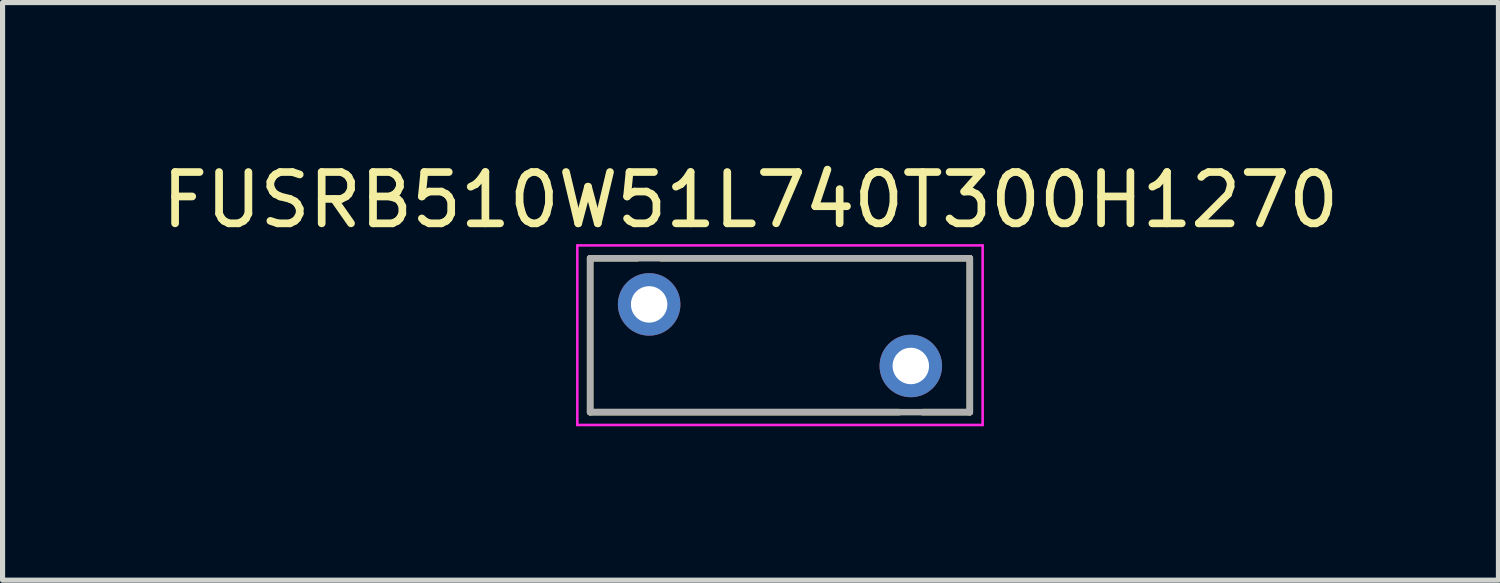
<source format=kicad_pcb>
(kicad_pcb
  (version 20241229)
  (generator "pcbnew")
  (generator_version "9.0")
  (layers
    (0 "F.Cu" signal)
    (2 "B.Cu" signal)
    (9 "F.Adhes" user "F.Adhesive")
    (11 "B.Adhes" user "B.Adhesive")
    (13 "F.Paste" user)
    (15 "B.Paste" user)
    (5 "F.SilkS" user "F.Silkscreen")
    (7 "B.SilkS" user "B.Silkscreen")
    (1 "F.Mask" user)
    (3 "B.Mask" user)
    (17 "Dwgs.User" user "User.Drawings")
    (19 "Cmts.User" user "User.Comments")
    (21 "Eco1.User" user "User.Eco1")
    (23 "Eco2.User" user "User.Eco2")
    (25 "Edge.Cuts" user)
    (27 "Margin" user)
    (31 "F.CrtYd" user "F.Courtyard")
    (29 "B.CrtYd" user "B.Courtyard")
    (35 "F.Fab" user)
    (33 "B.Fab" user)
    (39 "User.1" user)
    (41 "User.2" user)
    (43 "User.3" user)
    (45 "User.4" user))
  (footprint "FUSRB510W51L740T300H1270"
    (layer "F.Cu")
    (at 12.152 3.483)
    (property "Reference" "FUSRB510W51L740T300H1270" (at -0.575 -2.635 0) (layer "F.SilkS") (effects (font (size 1 1) (thickness 0.15))))
    (attr through_hole)
    (fp_line (start -3.7 -1.5) (end -3.7 1.5) (stroke (width 0.127) (type solid)) (layer "F.SilkS"))
    (fp_line (start -3.7 -1.5) (end -2.78 -1.5) (stroke (width 0.127) (type solid)) (layer "F.SilkS"))
    (fp_line (start -3.7 1.5) (end 2.32 1.5) (stroke (width 0.127) (type solid)) (layer "F.SilkS"))
    (fp_line (start -2.32 -1.5) (end 3.7 -1.5) (stroke (width 0.127) (type solid)) (layer "F.SilkS"))
    (fp_line (start 2.78 1.5) (end 3.7 1.5) (stroke (width 0.127) (type solid)) (layer "F.SilkS"))
    (fp_line (start 3.7 -1.5) (end 3.7 1.5) (stroke (width 0.127) (type solid)) (layer "F.SilkS"))
    (fp_line (start -3.95 -1.75) (end 3.95 -1.75) (stroke (width 0.05) (type solid)) (layer "F.CrtYd"))
    (fp_line (start -3.95 1.75) (end -3.95 -1.75) (stroke (width 0.05) (type solid)) (layer "F.CrtYd"))
    (fp_line (start 3.95 -1.75) (end 3.95 1.75) (stroke (width 0.05) (type solid)) (layer "F.CrtYd"))
    (fp_line (start 3.95 1.75) (end -3.95 1.75) (stroke (width 0.05) (type solid)) (layer "F.CrtYd"))
    (fp_line (start -3.7 -1.5) (end 3.7 -1.5) (stroke (width 0.127) (type solid)) (layer "F.Fab"))
    (fp_line (start -3.7 1.5) (end -3.7 -1.5) (stroke (width 0.127) (type solid)) (layer "F.Fab"))
    (fp_line (start 3.7 -1.5) (end 3.7 1.5) (stroke (width 0.127) (type solid)) (layer "F.Fab"))
    (fp_line (start 3.7 1.5) (end -3.7 1.5) (stroke (width 0.127) (type solid)) (layer "F.Fab"))
    (pad "1" thru_hole circle (at -2.55 -0.6) (size 1.218 1.218) (drill 0.71) (layers "*.Cu" "*.Mask"))
    (pad "2" thru_hole circle (at 2.55 0.6) (size 1.218 1.218) (drill 0.71) (layers "*.Cu" "*.Mask")))
  (gr_rect
    (start -3 -3)
    (end 26.155 8.258)
    (stroke (width 0.1) (type default))
    (fill no)
    (layer "Edge.Cuts")))
</source>
